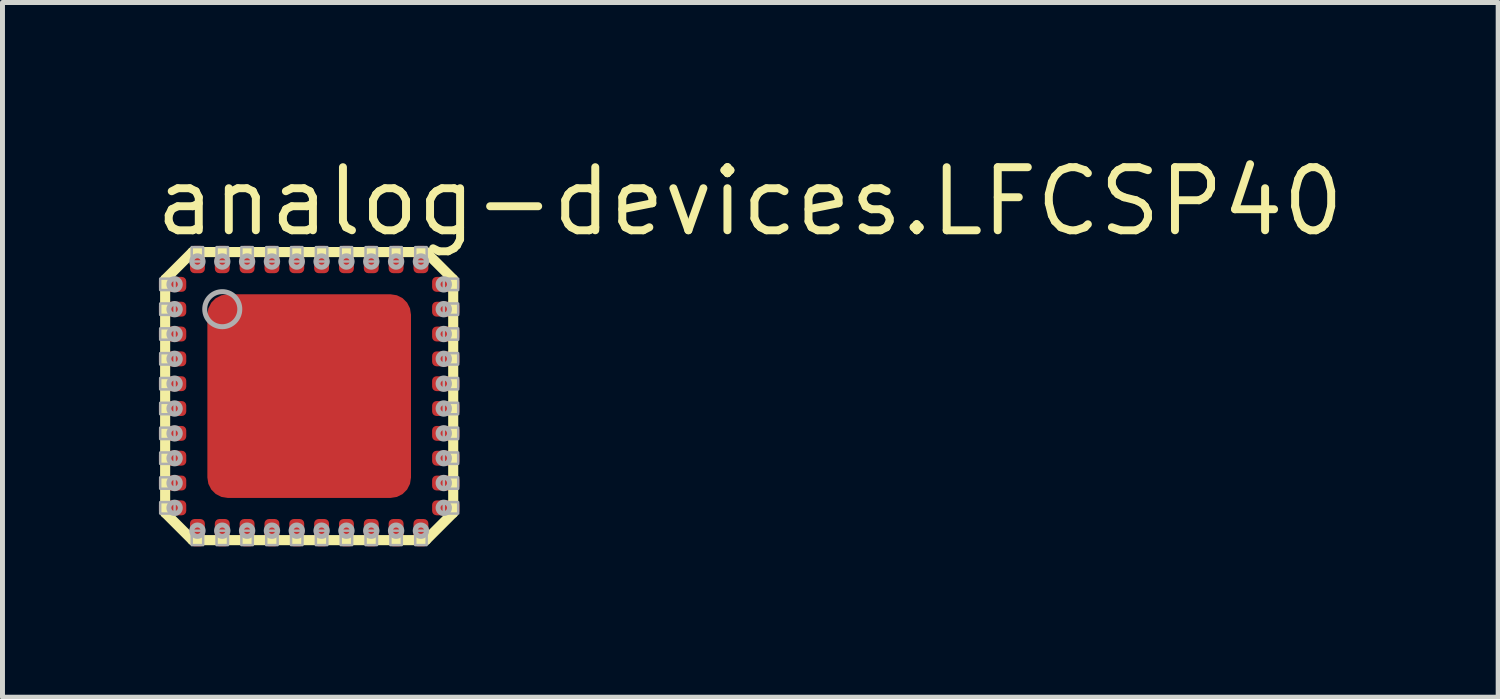
<source format=kicad_pcb>
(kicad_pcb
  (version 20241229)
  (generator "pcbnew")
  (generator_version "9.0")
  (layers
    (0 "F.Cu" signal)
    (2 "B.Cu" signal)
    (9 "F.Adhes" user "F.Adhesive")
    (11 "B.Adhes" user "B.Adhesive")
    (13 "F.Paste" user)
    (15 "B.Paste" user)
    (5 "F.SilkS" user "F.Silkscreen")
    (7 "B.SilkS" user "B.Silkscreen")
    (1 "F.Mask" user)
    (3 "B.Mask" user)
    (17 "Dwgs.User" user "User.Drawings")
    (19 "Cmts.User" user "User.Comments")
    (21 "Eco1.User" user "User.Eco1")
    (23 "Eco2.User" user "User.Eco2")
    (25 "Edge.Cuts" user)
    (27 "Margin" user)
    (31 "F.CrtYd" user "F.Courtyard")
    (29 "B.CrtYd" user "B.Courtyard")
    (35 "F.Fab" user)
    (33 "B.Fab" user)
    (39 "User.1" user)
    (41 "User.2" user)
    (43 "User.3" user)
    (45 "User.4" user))
  (footprint "analog-devices.LFCSP40"
    (layer "F.Cu")
    (at 3.175 4.925)
    (property "Reference" "analog-devices.LFCSP40" (at -3.175 -3.175 0) (layer "F.SilkS") (effects (font (size 1.27 1.27) (thickness 0.16)) (justify left bottom)))
    (attr smd)
    (fp_line (start -3.013 -2.388) (end -2.487 -2.388) (stroke (width 0.102) (type default)) (layer "F.Mask"))
    (fp_line (start -3.013 -2.112) (end -3.013 -2.388) (stroke (width 0.102) (type default)) (layer "F.Mask"))
    (fp_line (start -3.013 -1.887) (end -2.487 -1.887) (stroke (width 0.102) (type default)) (layer "F.Mask"))
    (fp_line (start -3.013 -1.613) (end -3.013 -1.887) (stroke (width 0.102) (type default)) (layer "F.Mask"))
    (fp_line (start -3.013 -1.387) (end -2.487 -1.387) (stroke (width 0.102) (type default)) (layer "F.Mask"))
    (fp_line (start -3.013 -1.113) (end -3.013 -1.387) (stroke (width 0.102) (type default)) (layer "F.Mask"))
    (fp_line (start -3.013 -0.887) (end -2.487 -0.887) (stroke (width 0.102) (type default)) (layer "F.Mask"))
    (fp_line (start -3.013 -0.613) (end -3.013 -0.887) (stroke (width 0.102) (type default)) (layer "F.Mask"))
    (fp_line (start -3.013 -0.388) (end -2.487 -0.388) (stroke (width 0.102) (type default)) (layer "F.Mask"))
    (fp_line (start -3.013 -0.113) (end -3.013 -0.388) (stroke (width 0.102) (type default)) (layer "F.Mask"))
    (fp_line (start -3.013 0.113) (end -2.487 0.113) (stroke (width 0.102) (type default)) (layer "F.Mask"))
    (fp_line (start -3.013 0.388) (end -3.013 0.113) (stroke (width 0.102) (type default)) (layer "F.Mask"))
    (fp_line (start -3.013 0.613) (end -2.487 0.613) (stroke (width 0.102) (type default)) (layer "F.Mask"))
    (fp_line (start -3.013 0.887) (end -3.013 0.613) (stroke (width 0.102) (type default)) (layer "F.Mask"))
    (fp_line (start -3.013 1.113) (end -2.487 1.113) (stroke (width 0.102) (type default)) (layer "F.Mask"))
    (fp_line (start -3.013 1.387) (end -3.013 1.113) (stroke (width 0.102) (type default)) (layer "F.Mask"))
    (fp_line (start -3.013 1.613) (end -2.487 1.613) (stroke (width 0.102) (type default)) (layer "F.Mask"))
    (fp_line (start -3.013 1.887) (end -3.013 1.613) (stroke (width 0.102) (type default)) (layer "F.Mask"))
    (fp_line (start -3.013 2.112) (end -2.487 2.112) (stroke (width 0.102) (type default)) (layer "F.Mask"))
    (fp_line (start -3.013 2.388) (end -3.013 2.112) (stroke (width 0.102) (type default)) (layer "F.Mask"))
    (fp_line (start -2.487 -2.388) (end -2.487 -2.112) (stroke (width 0.102) (type default)) (layer "F.Mask"))
    (fp_line (start -2.487 -2.112) (end -3.013 -2.112) (stroke (width 0.102) (type default)) (layer "F.Mask"))
    (fp_line (start -2.487 -1.887) (end -2.487 -1.613) (stroke (width 0.102) (type default)) (layer "F.Mask"))
    (fp_line (start -2.487 -1.613) (end -3.013 -1.613) (stroke (width 0.102) (type default)) (layer "F.Mask"))
    (fp_line (start -2.487 -1.387) (end -2.487 -1.113) (stroke (width 0.102) (type default)) (layer "F.Mask"))
    (fp_line (start -2.487 -1.113) (end -3.013 -1.113) (stroke (width 0.102) (type default)) (layer "F.Mask"))
    (fp_line (start -2.487 -0.887) (end -2.487 -0.613) (stroke (width 0.102) (type default)) (layer "F.Mask"))
    (fp_line (start -2.487 -0.613) (end -3.013 -0.613) (stroke (width 0.102) (type default)) (layer "F.Mask"))
    (fp_line (start -2.487 -0.388) (end -2.487 -0.113) (stroke (width 0.102) (type default)) (layer "F.Mask"))
    (fp_line (start -2.487 -0.113) (end -3.013 -0.113) (stroke (width 0.102) (type default)) (layer "F.Mask"))
    (fp_line (start -2.487 0.113) (end -2.487 0.388) (stroke (width 0.102) (type default)) (layer "F.Mask"))
    (fp_line (start -2.487 0.388) (end -3.013 0.388) (stroke (width 0.102) (type default)) (layer "F.Mask"))
    (fp_line (start -2.487 0.613) (end -2.487 0.887) (stroke (width 0.102) (type default)) (layer "F.Mask"))
    (fp_line (start -2.487 0.887) (end -3.013 0.887) (stroke (width 0.102) (type default)) (layer "F.Mask"))
    (fp_line (start -2.487 1.113) (end -2.487 1.387) (stroke (width 0.102) (type default)) (layer "F.Mask"))
    (fp_line (start -2.487 1.387) (end -3.013 1.387) (stroke (width 0.102) (type default)) (layer "F.Mask"))
    (fp_line (start -2.487 1.613) (end -2.487 1.887) (stroke (width 0.102) (type default)) (layer "F.Mask"))
    (fp_line (start -2.487 1.887) (end -3.013 1.887) (stroke (width 0.102) (type default)) (layer "F.Mask"))
    (fp_line (start -2.487 2.112) (end -2.487 2.388) (stroke (width 0.102) (type default)) (layer "F.Mask"))
    (fp_line (start -2.487 2.388) (end -3.013 2.388) (stroke (width 0.102) (type default)) (layer "F.Mask"))
    (fp_line (start -2.388 -3.013) (end -2.112 -3.013) (stroke (width 0.102) (type default)) (layer "F.Mask"))
    (fp_line (start -2.388 -2.487) (end -2.388 -3.013) (stroke (width 0.102) (type default)) (layer "F.Mask"))
    (fp_line (start -2.388 2.487) (end -2.112 2.487) (stroke (width 0.102) (type default)) (layer "F.Mask"))
    (fp_line (start -2.388 3.013) (end -2.388 2.487) (stroke (width 0.102) (type default)) (layer "F.Mask"))
    (fp_line (start -2.112 -3.013) (end -2.112 -2.487) (stroke (width 0.102) (type default)) (layer "F.Mask"))
    (fp_line (start -2.112 -2.487) (end -2.388 -2.487) (stroke (width 0.102) (type default)) (layer "F.Mask"))
    (fp_line (start -2.112 2.487) (end -2.112 3.013) (stroke (width 0.102) (type default)) (layer "F.Mask"))
    (fp_line (start -2.112 3.013) (end -2.388 3.013) (stroke (width 0.102) (type default)) (layer "F.Mask"))
    (fp_line (start -1.887 -3.013) (end -1.613 -3.013) (stroke (width 0.102) (type default)) (layer "F.Mask"))
    (fp_line (start -1.887 -2.487) (end -1.887 -3.013) (stroke (width 0.102) (type default)) (layer "F.Mask"))
    (fp_line (start -1.887 2.487) (end -1.613 2.487) (stroke (width 0.102) (type default)) (layer "F.Mask"))
    (fp_line (start -1.887 3.013) (end -1.887 2.487) (stroke (width 0.102) (type default)) (layer "F.Mask"))
    (fp_line (start -1.863 -1.863) (end 1.863 -1.863) (stroke (width 0.406) (type default)) (layer "F.Mask"))
    (fp_line (start -1.863 1.863) (end -1.863 -1.863) (stroke (width 0.406) (type default)) (layer "F.Mask"))
    (fp_line (start -1.613 -3.013) (end -1.613 -2.487) (stroke (width 0.102) (type default)) (layer "F.Mask"))
    (fp_line (start -1.613 -2.487) (end -1.887 -2.487) (stroke (width 0.102) (type default)) (layer "F.Mask"))
    (fp_line (start -1.613 2.487) (end -1.613 3.013) (stroke (width 0.102) (type default)) (layer "F.Mask"))
    (fp_line (start -1.613 3.013) (end -1.887 3.013) (stroke (width 0.102) (type default)) (layer "F.Mask"))
    (fp_line (start -1.387 -3.013) (end -1.113 -3.013) (stroke (width 0.102) (type default)) (layer "F.Mask"))
    (fp_line (start -1.387 -2.487) (end -1.387 -3.013) (stroke (width 0.102) (type default)) (layer "F.Mask"))
    (fp_line (start -1.387 2.487) (end -1.113 2.487) (stroke (width 0.102) (type default)) (layer "F.Mask"))
    (fp_line (start -1.387 3.013) (end -1.387 2.487) (stroke (width 0.102) (type default)) (layer "F.Mask"))
    (fp_line (start -1.113 -3.013) (end -1.113 -2.487) (stroke (width 0.102) (type default)) (layer "F.Mask"))
    (fp_line (start -1.113 -2.487) (end -1.387 -2.487) (stroke (width 0.102) (type default)) (layer "F.Mask"))
    (fp_line (start -1.113 2.487) (end -1.113 3.013) (stroke (width 0.102) (type default)) (layer "F.Mask"))
    (fp_line (start -1.113 3.013) (end -1.387 3.013) (stroke (width 0.102) (type default)) (layer "F.Mask"))
    (fp_line (start -0.887 -3.013) (end -0.613 -3.013) (stroke (width 0.102) (type default)) (layer "F.Mask"))
    (fp_line (start -0.887 -2.487) (end -0.887 -3.013) (stroke (width 0.102) (type default)) (layer "F.Mask"))
    (fp_line (start -0.887 2.487) (end -0.613 2.487) (stroke (width 0.102) (type default)) (layer "F.Mask"))
    (fp_line (start -0.887 3.013) (end -0.887 2.487) (stroke (width 0.102) (type default)) (layer "F.Mask"))
    (fp_line (start -0.613 -3.013) (end -0.613 -2.487) (stroke (width 0.102) (type default)) (layer "F.Mask"))
    (fp_line (start -0.613 -2.487) (end -0.887 -2.487) (stroke (width 0.102) (type default)) (layer "F.Mask"))
    (fp_line (start -0.613 2.487) (end -0.613 3.013) (stroke (width 0.102) (type default)) (layer "F.Mask"))
    (fp_line (start -0.613 3.013) (end -0.887 3.013) (stroke (width 0.102) (type default)) (layer "F.Mask"))
    (fp_line (start -0.388 -3.013) (end -0.113 -3.013) (stroke (width 0.102) (type default)) (layer "F.Mask"))
    (fp_line (start -0.388 -2.487) (end -0.388 -3.013) (stroke (width 0.102) (type default)) (layer "F.Mask"))
    (fp_line (start -0.388 2.487) (end -0.113 2.487) (stroke (width 0.102) (type default)) (layer "F.Mask"))
    (fp_line (start -0.388 3.013) (end -0.388 2.487) (stroke (width 0.102) (type default)) (layer "F.Mask"))
    (fp_line (start -0.113 -3.013) (end -0.113 -2.487) (stroke (width 0.102) (type default)) (layer "F.Mask"))
    (fp_line (start -0.113 -2.487) (end -0.388 -2.487) (stroke (width 0.102) (type default)) (layer "F.Mask"))
    (fp_line (start -0.113 2.487) (end -0.113 3.013) (stroke (width 0.102) (type default)) (layer "F.Mask"))
    (fp_line (start -0.113 3.013) (end -0.388 3.013) (stroke (width 0.102) (type default)) (layer "F.Mask"))
    (fp_line (start 0.113 -3.013) (end 0.388 -3.013) (stroke (width 0.102) (type default)) (layer "F.Mask"))
    (fp_line (start 0.113 -2.487) (end 0.113 -3.013) (stroke (width 0.102) (type default)) (layer "F.Mask"))
    (fp_line (start 0.113 2.487) (end 0.388 2.487) (stroke (width 0.102) (type default)) (layer "F.Mask"))
    (fp_line (start 0.113 3.013) (end 0.113 2.487) (stroke (width 0.102) (type default)) (layer "F.Mask"))
    (fp_line (start 0.388 -3.013) (end 0.388 -2.487) (stroke (width 0.102) (type default)) (layer "F.Mask"))
    (fp_line (start 0.388 -2.487) (end 0.113 -2.487) (stroke (width 0.102) (type default)) (layer "F.Mask"))
    (fp_line (start 0.388 2.487) (end 0.388 3.013) (stroke (width 0.102) (type default)) (layer "F.Mask"))
    (fp_line (start 0.388 3.013) (end 0.113 3.013) (stroke (width 0.102) (type default)) (layer "F.Mask"))
    (fp_line (start 0.613 -3.013) (end 0.887 -3.013) (stroke (width 0.102) (type default)) (layer "F.Mask"))
    (fp_line (start 0.613 -2.487) (end 0.613 -3.013) (stroke (width 0.102) (type default)) (layer "F.Mask"))
    (fp_line (start 0.613 2.487) (end 0.887 2.487) (stroke (width 0.102) (type default)) (layer "F.Mask"))
    (fp_line (start 0.613 3.013) (end 0.613 2.487) (stroke (width 0.102) (type default)) (layer "F.Mask"))
    (fp_line (start 0.887 -3.013) (end 0.887 -2.487) (stroke (width 0.102) (type default)) (layer "F.Mask"))
    (fp_line (start 0.887 -2.487) (end 0.613 -2.487) (stroke (width 0.102) (type default)) (layer "F.Mask"))
    (fp_line (start 0.887 2.487) (end 0.887 3.013) (stroke (width 0.102) (type default)) (layer "F.Mask"))
    (fp_line (start 0.887 3.013) (end 0.613 3.013) (stroke (width 0.102) (type default)) (layer "F.Mask"))
    (fp_line (start 1.113 -3.013) (end 1.387 -3.013) (stroke (width 0.102) (type default)) (layer "F.Mask"))
    (fp_line (start 1.113 -2.487) (end 1.113 -3.013) (stroke (width 0.102) (type default)) (layer "F.Mask"))
    (fp_line (start 1.113 2.487) (end 1.387 2.487) (stroke (width 0.102) (type default)) (layer "F.Mask"))
    (fp_line (start 1.113 3.013) (end 1.113 2.487) (stroke (width 0.102) (type default)) (layer "F.Mask"))
    (fp_line (start 1.387 -3.013) (end 1.387 -2.487) (stroke (width 0.102) (type default)) (layer "F.Mask"))
    (fp_line (start 1.387 -2.487) (end 1.113 -2.487) (stroke (width 0.102) (type default)) (layer "F.Mask"))
    (fp_line (start 1.387 2.487) (end 1.387 3.013) (stroke (width 0.102) (type default)) (layer "F.Mask"))
    (fp_line (start 1.387 3.013) (end 1.113 3.013) (stroke (width 0.102) (type default)) (layer "F.Mask"))
    (fp_line (start 1.613 -3.013) (end 1.887 -3.013) (stroke (width 0.102) (type default)) (layer "F.Mask"))
    (fp_line (start 1.613 -2.487) (end 1.613 -3.013) (stroke (width 0.102) (type default)) (layer "F.Mask"))
    (fp_line (start 1.613 2.487) (end 1.887 2.487) (stroke (width 0.102) (type default)) (layer "F.Mask"))
    (fp_line (start 1.613 3.013) (end 1.613 2.487) (stroke (width 0.102) (type default)) (layer "F.Mask"))
    (fp_line (start 1.863 -1.863) (end 1.863 1.863) (stroke (width 0.406) (type default)) (layer "F.Mask"))
    (fp_line (start 1.863 1.863) (end -1.863 1.863) (stroke (width 0.406) (type default)) (layer "F.Mask"))
    (fp_line (start 1.887 -3.013) (end 1.887 -2.487) (stroke (width 0.102) (type default)) (layer "F.Mask"))
    (fp_line (start 1.887 -2.487) (end 1.613 -2.487) (stroke (width 0.102) (type default)) (layer "F.Mask"))
    (fp_line (start 1.887 2.487) (end 1.887 3.013) (stroke (width 0.102) (type default)) (layer "F.Mask"))
    (fp_line (start 1.887 3.013) (end 1.613 3.013) (stroke (width 0.102) (type default)) (layer "F.Mask"))
    (fp_line (start 2.112 -3.013) (end 2.388 -3.013) (stroke (width 0.102) (type default)) (layer "F.Mask"))
    (fp_line (start 2.112 -2.487) (end 2.112 -3.013) (stroke (width 0.102) (type default)) (layer "F.Mask"))
    (fp_line (start 2.112 2.487) (end 2.388 2.487) (stroke (width 0.102) (type default)) (layer "F.Mask"))
    (fp_line (start 2.112 3.013) (end 2.112 2.487) (stroke (width 0.102) (type default)) (layer "F.Mask"))
    (fp_line (start 2.388 -3.013) (end 2.388 -2.487) (stroke (width 0.102) (type default)) (layer "F.Mask"))
    (fp_line (start 2.388 -2.487) (end 2.112 -2.487) (stroke (width 0.102) (type default)) (layer "F.Mask"))
    (fp_line (start 2.388 2.487) (end 2.388 3.013) (stroke (width 0.102) (type default)) (layer "F.Mask"))
    (fp_line (start 2.388 3.013) (end 2.112 3.013) (stroke (width 0.102) (type default)) (layer "F.Mask"))
    (fp_line (start 2.487 -2.388) (end 3.013 -2.388) (stroke (width 0.102) (type default)) (layer "F.Mask"))
    (fp_line (start 2.487 -2.112) (end 2.487 -2.388) (stroke (width 0.102) (type default)) (layer "F.Mask"))
    (fp_line (start 2.487 -1.887) (end 3.013 -1.887) (stroke (width 0.102) (type default)) (layer "F.Mask"))
    (fp_line (start 2.487 -1.613) (end 2.487 -1.887) (stroke (width 0.102) (type default)) (layer "F.Mask"))
    (fp_line (start 2.487 -1.387) (end 3.013 -1.387) (stroke (width 0.102) (type default)) (layer "F.Mask"))
    (fp_line (start 2.487 -1.113) (end 2.487 -1.387) (stroke (width 0.102) (type default)) (layer "F.Mask"))
    (fp_line (start 2.487 -0.887) (end 3.013 -0.887) (stroke (width 0.102) (type default)) (layer "F.Mask"))
    (fp_line (start 2.487 -0.613) (end 2.487 -0.887) (stroke (width 0.102) (type default)) (layer "F.Mask"))
    (fp_line (start 2.487 -0.388) (end 3.013 -0.388) (stroke (width 0.102) (type default)) (layer "F.Mask"))
    (fp_line (start 2.487 -0.113) (end 2.487 -0.388) (stroke (width 0.102) (type default)) (layer "F.Mask"))
    (fp_line (start 2.487 0.113) (end 3.013 0.113) (stroke (width 0.102) (type default)) (layer "F.Mask"))
    (fp_line (start 2.487 0.388) (end 2.487 0.113) (stroke (width 0.102) (type default)) (layer "F.Mask"))
    (fp_line (start 2.487 0.613) (end 3.013 0.613) (stroke (width 0.102) (type default)) (layer "F.Mask"))
    (fp_line (start 2.487 0.887) (end 2.487 0.613) (stroke (width 0.102) (type default)) (layer "F.Mask"))
    (fp_line (start 2.487 1.113) (end 3.013 1.113) (stroke (width 0.102) (type default)) (layer "F.Mask"))
    (fp_line (start 2.487 1.387) (end 2.487 1.113) (stroke (width 0.102) (type default)) (layer "F.Mask"))
    (fp_line (start 2.487 1.613) (end 3.013 1.613) (stroke (width 0.102) (type default)) (layer "F.Mask"))
    (fp_line (start 2.487 1.887) (end 2.487 1.613) (stroke (width 0.102) (type default)) (layer "F.Mask"))
    (fp_line (start 2.487 2.112) (end 3.013 2.112) (stroke (width 0.102) (type default)) (layer "F.Mask"))
    (fp_line (start 2.487 2.388) (end 2.487 2.112) (stroke (width 0.102) (type default)) (layer "F.Mask"))
    (fp_line (start 3.013 -2.388) (end 3.013 -2.112) (stroke (width 0.102) (type default)) (layer "F.Mask"))
    (fp_line (start 3.013 -2.112) (end 2.487 -2.112) (stroke (width 0.102) (type default)) (layer "F.Mask"))
    (fp_line (start 3.013 -1.887) (end 3.013 -1.613) (stroke (width 0.102) (type default)) (layer "F.Mask"))
    (fp_line (start 3.013 -1.613) (end 2.487 -1.613) (stroke (width 0.102) (type default)) (layer "F.Mask"))
    (fp_line (start 3.013 -1.387) (end 3.013 -1.113) (stroke (width 0.102) (type default)) (layer "F.Mask"))
    (fp_line (start 3.013 -1.113) (end 2.487 -1.113) (stroke (width 0.102) (type default)) (layer "F.Mask"))
    (fp_line (start 3.013 -0.887) (end 3.013 -0.613) (stroke (width 0.102) (type default)) (layer "F.Mask"))
    (fp_line (start 3.013 -0.613) (end 2.487 -0.613) (stroke (width 0.102) (type default)) (layer "F.Mask"))
    (fp_line (start 3.013 -0.388) (end 3.013 -0.113) (stroke (width 0.102) (type default)) (layer "F.Mask"))
    (fp_line (start 3.013 -0.113) (end 2.487 -0.113) (stroke (width 0.102) (type default)) (layer "F.Mask"))
    (fp_line (start 3.013 0.113) (end 3.013 0.388) (stroke (width 0.102) (type default)) (layer "F.Mask"))
    (fp_line (start 3.013 0.388) (end 2.487 0.388) (stroke (width 0.102) (type default)) (layer "F.Mask"))
    (fp_line (start 3.013 0.613) (end 3.013 0.887) (stroke (width 0.102) (type default)) (layer "F.Mask"))
    (fp_line (start 3.013 0.887) (end 2.487 0.887) (stroke (width 0.102) (type default)) (layer "F.Mask"))
    (fp_line (start 3.013 1.113) (end 3.013 1.387) (stroke (width 0.102) (type default)) (layer "F.Mask"))
    (fp_line (start 3.013 1.387) (end 2.487 1.387) (stroke (width 0.102) (type default)) (layer "F.Mask"))
    (fp_line (start 3.013 1.613) (end 3.013 1.887) (stroke (width 0.102) (type default)) (layer "F.Mask"))
    (fp_line (start 3.013 1.887) (end 2.487 1.887) (stroke (width 0.102) (type default)) (layer "F.Mask"))
    (fp_line (start 3.013 2.112) (end 3.013 2.388) (stroke (width 0.102) (type default)) (layer "F.Mask"))
    (fp_line (start 3.013 2.388) (end 2.487 2.388) (stroke (width 0.102) (type default)) (layer "F.Mask"))
    (fp_rect (start -3.025 -2.1) (end -2.475 -2.4) (stroke (width 0.05) (type default)) (fill yes) (layer "F.Mask"))
    (fp_rect (start -3.025 -1.6) (end -2.475 -1.9) (stroke (width 0.05) (type default)) (fill yes) (layer "F.Mask"))
    (fp_rect (start -3.025 -1.1) (end -2.475 -1.4) (stroke (width 0.05) (type default)) (fill yes) (layer "F.Mask"))
    (fp_rect (start -3.025 -0.6) (end -2.475 -0.9) (stroke (width 0.05) (type default)) (fill yes) (layer "F.Mask"))
    (fp_rect (start -3.025 -0.1) (end -2.475 -0.4) (stroke (width 0.05) (type default)) (fill yes) (layer "F.Mask"))
    (fp_rect (start -3.025 0.4) (end -2.475 0.1) (stroke (width 0.05) (type default)) (fill yes) (layer "F.Mask"))
    (fp_rect (start -3.025 0.9) (end -2.475 0.6) (stroke (width 0.05) (type default)) (fill yes) (layer "F.Mask"))
    (fp_rect (start -3.025 1.4) (end -2.475 1.1) (stroke (width 0.05) (type default)) (fill yes) (layer "F.Mask"))
    (fp_rect (start -3.025 1.9) (end -2.475 1.6) (stroke (width 0.05) (type default)) (fill yes) (layer "F.Mask"))
    (fp_rect (start -3.025 2.4) (end -2.475 2.1) (stroke (width 0.05) (type default)) (fill yes) (layer "F.Mask"))
    (fp_rect (start -2.4 -2.475) (end -2.1 -3.025) (stroke (width 0.05) (type default)) (fill yes) (layer "F.Mask"))
    (fp_rect (start -2.4 3.025) (end -2.1 2.475) (stroke (width 0.05) (type default)) (fill yes) (layer "F.Mask"))
    (fp_rect (start -1.9 -2.475) (end -1.6 -3.025) (stroke (width 0.05) (type default)) (fill yes) (layer "F.Mask"))
    (fp_rect (start -1.9 3.025) (end -1.6 2.475) (stroke (width 0.05) (type default)) (fill yes) (layer "F.Mask"))
    (fp_rect (start -1.688 1.688) (end 1.688 -1.688) (stroke (width 0.05) (type default)) (fill yes) (layer "F.Mask"))
    (fp_rect (start -1.4 -2.475) (end -1.1 -3.025) (stroke (width 0.05) (type default)) (fill yes) (layer "F.Mask"))
    (fp_rect (start -1.4 3.025) (end -1.1 2.475) (stroke (width 0.05) (type default)) (fill yes) (layer "F.Mask"))
    (fp_rect (start -0.9 -2.475) (end -0.6 -3.025) (stroke (width 0.05) (type default)) (fill yes) (layer "F.Mask"))
    (fp_rect (start -0.9 3.025) (end -0.6 2.475) (stroke (width 0.05) (type default)) (fill yes) (layer "F.Mask"))
    (fp_rect (start -0.4 -2.475) (end -0.1 -3.025) (stroke (width 0.05) (type default)) (fill yes) (layer "F.Mask"))
    (fp_rect (start -0.4 3.025) (end -0.1 2.475) (stroke (width 0.05) (type default)) (fill yes) (layer "F.Mask"))
    (fp_rect (start 0.1 -2.475) (end 0.4 -3.025) (stroke (width 0.05) (type default)) (fill yes) (layer "F.Mask"))
    (fp_rect (start 0.1 3.025) (end 0.4 2.475) (stroke (width 0.05) (type default)) (fill yes) (layer "F.Mask"))
    (fp_rect (start 0.6 -2.475) (end 0.9 -3.025) (stroke (width 0.05) (type default)) (fill yes) (layer "F.Mask"))
    (fp_rect (start 0.6 3.025) (end 0.9 2.475) (stroke (width 0.05) (type default)) (fill yes) (layer "F.Mask"))
    (fp_rect (start 1.1 -2.475) (end 1.4 -3.025) (stroke (width 0.05) (type default)) (fill yes) (layer "F.Mask"))
    (fp_rect (start 1.1 3.025) (end 1.4 2.475) (stroke (width 0.05) (type default)) (fill yes) (layer "F.Mask"))
    (fp_rect (start 1.6 -2.475) (end 1.9 -3.025) (stroke (width 0.05) (type default)) (fill yes) (layer "F.Mask"))
    (fp_rect (start 1.6 3.025) (end 1.9 2.475) (stroke (width 0.05) (type default)) (fill yes) (layer "F.Mask"))
    (fp_rect (start 2.1 -2.475) (end 2.4 -3.025) (stroke (width 0.05) (type default)) (fill yes) (layer "F.Mask"))
    (fp_rect (start 2.1 3.025) (end 2.4 2.475) (stroke (width 0.05) (type default)) (fill yes) (layer "F.Mask"))
    (fp_rect (start 2.475 -2.1) (end 3.025 -2.4) (stroke (width 0.05) (type default)) (fill yes) (layer "F.Mask"))
    (fp_rect (start 2.475 -1.6) (end 3.025 -1.9) (stroke (width 0.05) (type default)) (fill yes) (layer "F.Mask"))
    (fp_rect (start 2.475 -1.1) (end 3.025 -1.4) (stroke (width 0.05) (type default)) (fill yes) (layer "F.Mask"))
    (fp_rect (start 2.475 -0.6) (end 3.025 -0.9) (stroke (width 0.05) (type default)) (fill yes) (layer "F.Mask"))
    (fp_rect (start 2.475 -0.1) (end 3.025 -0.4) (stroke (width 0.05) (type default)) (fill yes) (layer "F.Mask"))
    (fp_rect (start 2.475 0.4) (end 3.025 0.1) (stroke (width 0.05) (type default)) (fill yes) (layer "F.Mask"))
    (fp_rect (start 2.475 0.9) (end 3.025 0.6) (stroke (width 0.05) (type default)) (fill yes) (layer "F.Mask"))
    (fp_rect (start 2.475 1.4) (end 3.025 1.1) (stroke (width 0.05) (type default)) (fill yes) (layer "F.Mask"))
    (fp_rect (start 2.475 1.9) (end 3.025 1.6) (stroke (width 0.05) (type default)) (fill yes) (layer "F.Mask"))
    (fp_rect (start 2.475 2.4) (end 3.025 2.1) (stroke (width 0.05) (type default)) (fill yes) (layer "F.Mask"))
    (fp_line (start -2.9 -2.35) (end -2.35 -2.9) (stroke (width 0.203) (type default)) (layer "F.SilkS"))
    (fp_line (start -2.9 2.35) (end -2.9 -2.35) (stroke (width 0.203) (type default)) (layer "F.SilkS"))
    (fp_line (start -2.35 -2.9) (end 2.35 -2.9) (stroke (width 0.203) (type default)) (layer "F.SilkS"))
    (fp_line (start -2.35 2.9) (end -2.9 2.35) (stroke (width 0.203) (type default)) (layer "F.SilkS"))
    (fp_line (start 2.35 -2.9) (end 2.9 -2.35) (stroke (width 0.203) (type default)) (layer "F.SilkS"))
    (fp_line (start 2.35 2.9) (end -2.35 2.9) (stroke (width 0.203) (type default)) (layer "F.SilkS"))
    (fp_line (start 2.9 -2.35) (end 2.9 2.35) (stroke (width 0.203) (type default)) (layer "F.SilkS"))
    (fp_line (start 2.9 2.35) (end 2.35 2.9) (stroke (width 0.203) (type default)) (layer "F.SilkS"))
    (fp_line (start -2.975 -2.35) (end -2.525 -2.35) (stroke (width 0.102) (type default)) (layer "F.Paste"))
    (fp_line (start -2.975 -2.15) (end -2.975 -2.35) (stroke (width 0.102) (type default)) (layer "F.Paste"))
    (fp_line (start -2.975 -1.85) (end -2.525 -1.85) (stroke (width 0.102) (type default)) (layer "F.Paste"))
    (fp_line (start -2.975 -1.65) (end -2.975 -1.85) (stroke (width 0.102) (type default)) (layer "F.Paste"))
    (fp_line (start -2.975 -1.35) (end -2.525 -1.35) (stroke (width 0.102) (type default)) (layer "F.Paste"))
    (fp_line (start -2.975 -1.15) (end -2.975 -1.35) (stroke (width 0.102) (type default)) (layer "F.Paste"))
    (fp_line (start -2.975 -0.85) (end -2.525 -0.85) (stroke (width 0.102) (type default)) (layer "F.Paste"))
    (fp_line (start -2.975 -0.65) (end -2.975 -0.85) (stroke (width 0.102) (type default)) (layer "F.Paste"))
    (fp_line (start -2.975 -0.35) (end -2.525 -0.35) (stroke (width 0.102) (type default)) (layer "F.Paste"))
    (fp_line (start -2.975 -0.15) (end -2.975 -0.35) (stroke (width 0.102) (type default)) (layer "F.Paste"))
    (fp_line (start -2.975 0.15) (end -2.525 0.15) (stroke (width 0.102) (type default)) (layer "F.Paste"))
    (fp_line (start -2.975 0.35) (end -2.975 0.15) (stroke (width 0.102) (type default)) (layer "F.Paste"))
    (fp_line (start -2.975 0.65) (end -2.525 0.65) (stroke (width 0.102) (type default)) (layer "F.Paste"))
    (fp_line (start -2.975 0.85) (end -2.975 0.65) (stroke (width 0.102) (type default)) (layer "F.Paste"))
    (fp_line (start -2.975 1.15) (end -2.525 1.15) (stroke (width 0.102) (type default)) (layer "F.Paste"))
    (fp_line (start -2.975 1.35) (end -2.975 1.15) (stroke (width 0.102) (type default)) (layer "F.Paste"))
    (fp_line (start -2.975 1.65) (end -2.525 1.65) (stroke (width 0.102) (type default)) (layer "F.Paste"))
    (fp_line (start -2.975 1.85) (end -2.975 1.65) (stroke (width 0.102) (type default)) (layer "F.Paste"))
    (fp_line (start -2.975 2.15) (end -2.525 2.15) (stroke (width 0.102) (type default)) (layer "F.Paste"))
    (fp_line (start -2.975 2.35) (end -2.975 2.15) (stroke (width 0.102) (type default)) (layer "F.Paste"))
    (fp_line (start -2.525 -2.35) (end -2.525 -2.15) (stroke (width 0.102) (type default)) (layer "F.Paste"))
    (fp_line (start -2.525 -2.15) (end -2.975 -2.15) (stroke (width 0.102) (type default)) (layer "F.Paste"))
    (fp_line (start -2.525 -1.85) (end -2.525 -1.65) (stroke (width 0.102) (type default)) (layer "F.Paste"))
    (fp_line (start -2.525 -1.65) (end -2.975 -1.65) (stroke (width 0.102) (type default)) (layer "F.Paste"))
    (fp_line (start -2.525 -1.35) (end -2.525 -1.15) (stroke (width 0.102) (type default)) (layer "F.Paste"))
    (fp_line (start -2.525 -1.15) (end -2.975 -1.15) (stroke (width 0.102) (type default)) (layer "F.Paste"))
    (fp_line (start -2.525 -0.85) (end -2.525 -0.65) (stroke (width 0.102) (type default)) (layer "F.Paste"))
    (fp_line (start -2.525 -0.65) (end -2.975 -0.65) (stroke (width 0.102) (type default)) (layer "F.Paste"))
    (fp_line (start -2.525 -0.35) (end -2.525 -0.15) (stroke (width 0.102) (type default)) (layer "F.Paste"))
    (fp_line (start -2.525 -0.15) (end -2.975 -0.15) (stroke (width 0.102) (type default)) (layer "F.Paste"))
    (fp_line (start -2.525 0.15) (end -2.525 0.35) (stroke (width 0.102) (type default)) (layer "F.Paste"))
    (fp_line (start -2.525 0.35) (end -2.975 0.35) (stroke (width 0.102) (type default)) (layer "F.Paste"))
    (fp_line (start -2.525 0.65) (end -2.525 0.85) (stroke (width 0.102) (type default)) (layer "F.Paste"))
    (fp_line (start -2.525 0.85) (end -2.975 0.85) (stroke (width 0.102) (type default)) (layer "F.Paste"))
    (fp_line (start -2.525 1.15) (end -2.525 1.35) (stroke (width 0.102) (type default)) (layer "F.Paste"))
    (fp_line (start -2.525 1.35) (end -2.975 1.35) (stroke (width 0.102) (type default)) (layer "F.Paste"))
    (fp_line (start -2.525 1.65) (end -2.525 1.85) (stroke (width 0.102) (type default)) (layer "F.Paste"))
    (fp_line (start -2.525 1.85) (end -2.975 1.85) (stroke (width 0.102) (type default)) (layer "F.Paste"))
    (fp_line (start -2.525 2.15) (end -2.525 2.35) (stroke (width 0.102) (type default)) (layer "F.Paste"))
    (fp_line (start -2.525 2.35) (end -2.975 2.35) (stroke (width 0.102) (type default)) (layer "F.Paste"))
    (fp_line (start -2.35 -2.975) (end -2.15 -2.975) (stroke (width 0.102) (type default)) (layer "F.Paste"))
    (fp_line (start -2.35 -2.525) (end -2.35 -2.975) (stroke (width 0.102) (type default)) (layer "F.Paste"))
    (fp_line (start -2.35 2.525) (end -2.15 2.525) (stroke (width 0.102) (type default)) (layer "F.Paste"))
    (fp_line (start -2.35 2.975) (end -2.35 2.525) (stroke (width 0.102) (type default)) (layer "F.Paste"))
    (fp_line (start -2.15 -2.975) (end -2.15 -2.525) (stroke (width 0.102) (type default)) (layer "F.Paste"))
    (fp_line (start -2.15 -2.525) (end -2.35 -2.525) (stroke (width 0.102) (type default)) (layer "F.Paste"))
    (fp_line (start -2.15 2.525) (end -2.15 2.975) (stroke (width 0.102) (type default)) (layer "F.Paste"))
    (fp_line (start -2.15 2.975) (end -2.35 2.975) (stroke (width 0.102) (type default)) (layer "F.Paste"))
    (fp_line (start -1.85 -2.975) (end -1.65 -2.975) (stroke (width 0.102) (type default)) (layer "F.Paste"))
    (fp_line (start -1.85 -2.525) (end -1.85 -2.975) (stroke (width 0.102) (type default)) (layer "F.Paste"))
    (fp_line (start -1.85 -1.85) (end 1.85 -1.85) (stroke (width 0.406) (type default)) (layer "F.Paste"))
    (fp_line (start -1.85 1.85) (end -1.85 -1.85) (stroke (width 0.406) (type default)) (layer "F.Paste"))
    (fp_line (start -1.85 2.525) (end -1.65 2.525) (stroke (width 0.102) (type default)) (layer "F.Paste"))
    (fp_line (start -1.85 2.975) (end -1.85 2.525) (stroke (width 0.102) (type default)) (layer "F.Paste"))
    (fp_line (start -1.65 -2.975) (end -1.65 -2.525) (stroke (width 0.102) (type default)) (layer "F.Paste"))
    (fp_line (start -1.65 -2.525) (end -1.85 -2.525) (stroke (width 0.102) (type default)) (layer "F.Paste"))
    (fp_line (start -1.65 2.525) (end -1.65 2.975) (stroke (width 0.102) (type default)) (layer "F.Paste"))
    (fp_line (start -1.65 2.975) (end -1.85 2.975) (stroke (width 0.102) (type default)) (layer "F.Paste"))
    (fp_line (start -1.35 -2.975) (end -1.15 -2.975) (stroke (width 0.102) (type default)) (layer "F.Paste"))
    (fp_line (start -1.35 -2.525) (end -1.35 -2.975) (stroke (width 0.102) (type default)) (layer "F.Paste"))
    (fp_line (start -1.35 2.525) (end -1.15 2.525) (stroke (width 0.102) (type default)) (layer "F.Paste"))
    (fp_line (start -1.35 2.975) (end -1.35 2.525) (stroke (width 0.102) (type default)) (layer "F.Paste"))
    (fp_line (start -1.15 -2.975) (end -1.15 -2.525) (stroke (width 0.102) (type default)) (layer "F.Paste"))
    (fp_line (start -1.15 -2.525) (end -1.35 -2.525) (stroke (width 0.102) (type default)) (layer "F.Paste"))
    (fp_line (start -1.15 2.525) (end -1.15 2.975) (stroke (width 0.102) (type default)) (layer "F.Paste"))
    (fp_line (start -1.15 2.975) (end -1.35 2.975) (stroke (width 0.102) (type default)) (layer "F.Paste"))
    (fp_line (start -0.85 -2.975) (end -0.65 -2.975) (stroke (width 0.102) (type default)) (layer "F.Paste"))
    (fp_line (start -0.85 -2.525) (end -0.85 -2.975) (stroke (width 0.102) (type default)) (layer "F.Paste"))
    (fp_line (start -0.85 2.525) (end -0.65 2.525) (stroke (width 0.102) (type default)) (layer "F.Paste"))
    (fp_line (start -0.85 2.975) (end -0.85 2.525) (stroke (width 0.102) (type default)) (layer "F.Paste"))
    (fp_line (start -0.65 -2.975) (end -0.65 -2.525) (stroke (width 0.102) (type default)) (layer "F.Paste"))
    (fp_line (start -0.65 -2.525) (end -0.85 -2.525) (stroke (width 0.102) (type default)) (layer "F.Paste"))
    (fp_line (start -0.65 2.525) (end -0.65 2.975) (stroke (width 0.102) (type default)) (layer "F.Paste"))
    (fp_line (start -0.65 2.975) (end -0.85 2.975) (stroke (width 0.102) (type default)) (layer "F.Paste"))
    (fp_line (start -0.35 -2.975) (end -0.15 -2.975) (stroke (width 0.102) (type default)) (layer "F.Paste"))
    (fp_line (start -0.35 -2.525) (end -0.35 -2.975) (stroke (width 0.102) (type default)) (layer "F.Paste"))
    (fp_line (start -0.35 2.525) (end -0.15 2.525) (stroke (width 0.102) (type default)) (layer "F.Paste"))
    (fp_line (start -0.35 2.975) (end -0.35 2.525) (stroke (width 0.102) (type default)) (layer "F.Paste"))
    (fp_line (start -0.15 -2.975) (end -0.15 -2.525) (stroke (width 0.102) (type default)) (layer "F.Paste"))
    (fp_line (start -0.15 -2.525) (end -0.35 -2.525) (stroke (width 0.102) (type default)) (layer "F.Paste"))
    (fp_line (start -0.15 2.525) (end -0.15 2.975) (stroke (width 0.102) (type default)) (layer "F.Paste"))
    (fp_line (start -0.15 2.975) (end -0.35 2.975) (stroke (width 0.102) (type default)) (layer "F.Paste"))
    (fp_line (start 0.15 -2.975) (end 0.35 -2.975) (stroke (width 0.102) (type default)) (layer "F.Paste"))
    (fp_line (start 0.15 -2.525) (end 0.15 -2.975) (stroke (width 0.102) (type default)) (layer "F.Paste"))
    (fp_line (start 0.15 2.525) (end 0.35 2.525) (stroke (width 0.102) (type default)) (layer "F.Paste"))
    (fp_line (start 0.15 2.975) (end 0.15 2.525) (stroke (width 0.102) (type default)) (layer "F.Paste"))
    (fp_line (start 0.35 -2.975) (end 0.35 -2.525) (stroke (width 0.102) (type default)) (layer "F.Paste"))
    (fp_line (start 0.35 -2.525) (end 0.15 -2.525) (stroke (width 0.102) (type default)) (layer "F.Paste"))
    (fp_line (start 0.35 2.525) (end 0.35 2.975) (stroke (width 0.102) (type default)) (layer "F.Paste"))
    (fp_line (start 0.35 2.975) (end 0.15 2.975) (stroke (width 0.102) (type default)) (layer "F.Paste"))
    (fp_line (start 0.65 -2.975) (end 0.85 -2.975) (stroke (width 0.102) (type default)) (layer "F.Paste"))
    (fp_line (start 0.65 -2.525) (end 0.65 -2.975) (stroke (width 0.102) (type default)) (layer "F.Paste"))
    (fp_line (start 0.65 2.525) (end 0.85 2.525) (stroke (width 0.102) (type default)) (layer "F.Paste"))
    (fp_line (start 0.65 2.975) (end 0.65 2.525) (stroke (width 0.102) (type default)) (layer "F.Paste"))
    (fp_line (start 0.85 -2.975) (end 0.85 -2.525) (stroke (width 0.102) (type default)) (layer "F.Paste"))
    (fp_line (start 0.85 -2.525) (end 0.65 -2.525) (stroke (width 0.102) (type default)) (layer "F.Paste"))
    (fp_line (start 0.85 2.525) (end 0.85 2.975) (stroke (width 0.102) (type default)) (layer "F.Paste"))
    (fp_line (start 0.85 2.975) (end 0.65 2.975) (stroke (width 0.102) (type default)) (layer "F.Paste"))
    (fp_line (start 1.15 -2.975) (end 1.35 -2.975) (stroke (width 0.102) (type default)) (layer "F.Paste"))
    (fp_line (start 1.15 -2.525) (end 1.15 -2.975) (stroke (width 0.102) (type default)) (layer "F.Paste"))
    (fp_line (start 1.15 2.525) (end 1.35 2.525) (stroke (width 0.102) (type default)) (layer "F.Paste"))
    (fp_line (start 1.15 2.975) (end 1.15 2.525) (stroke (width 0.102) (type default)) (layer "F.Paste"))
    (fp_line (start 1.35 -2.975) (end 1.35 -2.525) (stroke (width 0.102) (type default)) (layer "F.Paste"))
    (fp_line (start 1.35 -2.525) (end 1.15 -2.525) (stroke (width 0.102) (type default)) (layer "F.Paste"))
    (fp_line (start 1.35 2.525) (end 1.35 2.975) (stroke (width 0.102) (type default)) (layer "F.Paste"))
    (fp_line (start 1.35 2.975) (end 1.15 2.975) (stroke (width 0.102) (type default)) (layer "F.Paste"))
    (fp_line (start 1.65 -2.975) (end 1.85 -2.975) (stroke (width 0.102) (type default)) (layer "F.Paste"))
    (fp_line (start 1.65 -2.525) (end 1.65 -2.975) (stroke (width 0.102) (type default)) (layer "F.Paste"))
    (fp_line (start 1.65 2.525) (end 1.85 2.525) (stroke (width 0.102) (type default)) (layer "F.Paste"))
    (fp_line (start 1.65 2.975) (end 1.65 2.525) (stroke (width 0.102) (type default)) (layer "F.Paste"))
    (fp_line (start 1.85 -2.975) (end 1.85 -2.525) (stroke (width 0.102) (type default)) (layer "F.Paste"))
    (fp_line (start 1.85 -2.525) (end 1.65 -2.525) (stroke (width 0.102) (type default)) (layer "F.Paste"))
    (fp_line (start 1.85 -1.85) (end 1.85 1.85) (stroke (width 0.406) (type default)) (layer "F.Paste"))
    (fp_line (start 1.85 1.85) (end -1.85 1.85) (stroke (width 0.406) (type default)) (layer "F.Paste"))
    (fp_line (start 1.85 2.525) (end 1.85 2.975) (stroke (width 0.102) (type default)) (layer "F.Paste"))
    (fp_line (start 1.85 2.975) (end 1.65 2.975) (stroke (width 0.102) (type default)) (layer "F.Paste"))
    (fp_line (start 2.15 -2.975) (end 2.35 -2.975) (stroke (width 0.102) (type default)) (layer "F.Paste"))
    (fp_line (start 2.15 -2.525) (end 2.15 -2.975) (stroke (width 0.102) (type default)) (layer "F.Paste"))
    (fp_line (start 2.15 2.525) (end 2.35 2.525) (stroke (width 0.102) (type default)) (layer "F.Paste"))
    (fp_line (start 2.15 2.975) (end 2.15 2.525) (stroke (width 0.102) (type default)) (layer "F.Paste"))
    (fp_line (start 2.35 -2.975) (end 2.35 -2.525) (stroke (width 0.102) (type default)) (layer "F.Paste"))
    (fp_line (start 2.35 -2.525) (end 2.15 -2.525) (stroke (width 0.102) (type default)) (layer "F.Paste"))
    (fp_line (start 2.35 2.525) (end 2.35 2.975) (stroke (width 0.102) (type default)) (layer "F.Paste"))
    (fp_line (start 2.35 2.975) (end 2.15 2.975) (stroke (width 0.102) (type default)) (layer "F.Paste"))
    (fp_line (start 2.525 -2.35) (end 2.975 -2.35) (stroke (width 0.102) (type default)) (layer "F.Paste"))
    (fp_line (start 2.525 -2.15) (end 2.525 -2.35) (stroke (width 0.102) (type default)) (layer "F.Paste"))
    (fp_line (start 2.525 -1.85) (end 2.975 -1.85) (stroke (width 0.102) (type default)) (layer "F.Paste"))
    (fp_line (start 2.525 -1.65) (end 2.525 -1.85) (stroke (width 0.102) (type default)) (layer "F.Paste"))
    (fp_line (start 2.525 -1.35) (end 2.975 -1.35) (stroke (width 0.102) (type default)) (layer "F.Paste"))
    (fp_line (start 2.525 -1.15) (end 2.525 -1.35) (stroke (width 0.102) (type default)) (layer "F.Paste"))
    (fp_line (start 2.525 -0.85) (end 2.975 -0.85) (stroke (width 0.102) (type default)) (layer "F.Paste"))
    (fp_line (start 2.525 -0.65) (end 2.525 -0.85) (stroke (width 0.102) (type default)) (layer "F.Paste"))
    (fp_line (start 2.525 -0.35) (end 2.975 -0.35) (stroke (width 0.102) (type default)) (layer "F.Paste"))
    (fp_line (start 2.525 -0.15) (end 2.525 -0.35) (stroke (width 0.102) (type default)) (layer "F.Paste"))
    (fp_line (start 2.525 0.15) (end 2.975 0.15) (stroke (width 0.102) (type default)) (layer "F.Paste"))
    (fp_line (start 2.525 0.35) (end 2.525 0.15) (stroke (width 0.102) (type default)) (layer "F.Paste"))
    (fp_line (start 2.525 0.65) (end 2.975 0.65) (stroke (width 0.102) (type default)) (layer "F.Paste"))
    (fp_line (start 2.525 0.85) (end 2.525 0.65) (stroke (width 0.102) (type default)) (layer "F.Paste"))
    (fp_line (start 2.525 1.15) (end 2.975 1.15) (stroke (width 0.102) (type default)) (layer "F.Paste"))
    (fp_line (start 2.525 1.35) (end 2.525 1.15) (stroke (width 0.102) (type default)) (layer "F.Paste"))
    (fp_line (start 2.525 1.65) (end 2.975 1.65) (stroke (width 0.102) (type default)) (layer "F.Paste"))
    (fp_line (start 2.525 1.85) (end 2.525 1.65) (stroke (width 0.102) (type default)) (layer "F.Paste"))
    (fp_line (start 2.525 2.15) (end 2.975 2.15) (stroke (width 0.102) (type default)) (layer "F.Paste"))
    (fp_line (start 2.525 2.35) (end 2.525 2.15) (stroke (width 0.102) (type default)) (layer "F.Paste"))
    (fp_line (start 2.975 -2.35) (end 2.975 -2.15) (stroke (width 0.102) (type default)) (layer "F.Paste"))
    (fp_line (start 2.975 -2.15) (end 2.525 -2.15) (stroke (width 0.102) (type default)) (layer "F.Paste"))
    (fp_line (start 2.975 -1.85) (end 2.975 -1.65) (stroke (width 0.102) (type default)) (layer "F.Paste"))
    (fp_line (start 2.975 -1.65) (end 2.525 -1.65) (stroke (width 0.102) (type default)) (layer "F.Paste"))
    (fp_line (start 2.975 -1.35) (end 2.975 -1.15) (stroke (width 0.102) (type default)) (layer "F.Paste"))
    (fp_line (start 2.975 -1.15) (end 2.525 -1.15) (stroke (width 0.102) (type default)) (layer "F.Paste"))
    (fp_line (start 2.975 -0.85) (end 2.975 -0.65) (stroke (width 0.102) (type default)) (layer "F.Paste"))
    (fp_line (start 2.975 -0.65) (end 2.525 -0.65) (stroke (width 0.102) (type default)) (layer "F.Paste"))
    (fp_line (start 2.975 -0.35) (end 2.975 -0.15) (stroke (width 0.102) (type default)) (layer "F.Paste"))
    (fp_line (start 2.975 -0.15) (end 2.525 -0.15) (stroke (width 0.102) (type default)) (layer "F.Paste"))
    (fp_line (start 2.975 0.15) (end 2.975 0.35) (stroke (width 0.102) (type default)) (layer "F.Paste"))
    (fp_line (start 2.975 0.35) (end 2.525 0.35) (stroke (width 0.102) (type default)) (layer "F.Paste"))
    (fp_line (start 2.975 0.65) (end 2.975 0.85) (stroke (width 0.102) (type default)) (layer "F.Paste"))
    (fp_line (start 2.975 0.85) (end 2.525 0.85) (stroke (width 0.102) (type default)) (layer "F.Paste"))
    (fp_line (start 2.975 1.15) (end 2.975 1.35) (stroke (width 0.102) (type default)) (layer "F.Paste"))
    (fp_line (start 2.975 1.35) (end 2.525 1.35) (stroke (width 0.102) (type default)) (layer "F.Paste"))
    (fp_line (start 2.975 1.65) (end 2.975 1.85) (stroke (width 0.102) (type default)) (layer "F.Paste"))
    (fp_line (start 2.975 1.85) (end 2.525 1.85) (stroke (width 0.102) (type default)) (layer "F.Paste"))
    (fp_line (start 2.975 2.15) (end 2.975 2.35) (stroke (width 0.102) (type default)) (layer "F.Paste"))
    (fp_line (start 2.975 2.35) (end 2.525 2.35) (stroke (width 0.102) (type default)) (layer "F.Paste"))
    (fp_rect (start -3 -2.125) (end -2.5 -2.375) (stroke (width 0.05) (type default)) (fill yes) (layer "F.Paste"))
    (fp_rect (start -3 -1.625) (end -2.5 -1.875) (stroke (width 0.05) (type default)) (fill yes) (layer "F.Paste"))
    (fp_rect (start -3 -1.125) (end -2.5 -1.375) (stroke (width 0.05) (type default)) (fill yes) (layer "F.Paste"))
    (fp_rect (start -3 -0.625) (end -2.5 -0.875) (stroke (width 0.05) (type default)) (fill yes) (layer "F.Paste"))
    (fp_rect (start -3 -0.125) (end -2.5 -0.375) (stroke (width 0.05) (type default)) (fill yes) (layer "F.Paste"))
    (fp_rect (start -3 0.375) (end -2.5 0.125) (stroke (width 0.05) (type default)) (fill yes) (layer "F.Paste"))
    (fp_rect (start -3 0.875) (end -2.5 0.625) (stroke (width 0.05) (type default)) (fill yes) (layer "F.Paste"))
    (fp_rect (start -3 1.375) (end -2.5 1.125) (stroke (width 0.05) (type default)) (fill yes) (layer "F.Paste"))
    (fp_rect (start -3 1.875) (end -2.5 1.625) (stroke (width 0.05) (type default)) (fill yes) (layer "F.Paste"))
    (fp_rect (start -3 2.375) (end -2.5 2.125) (stroke (width 0.05) (type default)) (fill yes) (layer "F.Paste"))
    (fp_rect (start -2.375 -2.5) (end -2.125 -3) (stroke (width 0.05) (type default)) (fill yes) (layer "F.Paste"))
    (fp_rect (start -2.375 3) (end -2.125 2.5) (stroke (width 0.05) (type default)) (fill yes) (layer "F.Paste"))
    (fp_rect (start -1.875 -2.5) (end -1.625 -3) (stroke (width 0.05) (type default)) (fill yes) (layer "F.Paste"))
    (fp_rect (start -1.875 3) (end -1.625 2.5) (stroke (width 0.05) (type default)) (fill yes) (layer "F.Paste"))
    (fp_rect (start -1.85 1.85) (end 1.85 -1.85) (stroke (width 0.05) (type default)) (fill yes) (layer "F.Paste"))
    (fp_rect (start -1.375 -2.5) (end -1.125 -3) (stroke (width 0.05) (type default)) (fill yes) (layer "F.Paste"))
    (fp_rect (start -1.375 3) (end -1.125 2.5) (stroke (width 0.05) (type default)) (fill yes) (layer "F.Paste"))
    (fp_rect (start -0.875 -2.5) (end -0.625 -3) (stroke (width 0.05) (type default)) (fill yes) (layer "F.Paste"))
    (fp_rect (start -0.875 3) (end -0.625 2.5) (stroke (width 0.05) (type default)) (fill yes) (layer "F.Paste"))
    (fp_rect (start -0.375 -2.5) (end -0.125 -3) (stroke (width 0.05) (type default)) (fill yes) (layer "F.Paste"))
    (fp_rect (start -0.375 3) (end -0.125 2.5) (stroke (width 0.05) (type default)) (fill yes) (layer "F.Paste"))
    (fp_rect (start 0.125 -2.5) (end 0.375 -3) (stroke (width 0.05) (type default)) (fill yes) (layer "F.Paste"))
    (fp_rect (start 0.125 3) (end 0.375 2.5) (stroke (width 0.05) (type default)) (fill yes) (layer "F.Paste"))
    (fp_rect (start 0.625 -2.5) (end 0.875 -3) (stroke (width 0.05) (type default)) (fill yes) (layer "F.Paste"))
    (fp_rect (start 0.625 3) (end 0.875 2.5) (stroke (width 0.05) (type default)) (fill yes) (layer "F.Paste"))
    (fp_rect (start 1.125 -2.5) (end 1.375 -3) (stroke (width 0.05) (type default)) (fill yes) (layer "F.Paste"))
    (fp_rect (start 1.125 3) (end 1.375 2.5) (stroke (width 0.05) (type default)) (fill yes) (layer "F.Paste"))
    (fp_rect (start 1.625 -2.5) (end 1.875 -3) (stroke (width 0.05) (type default)) (fill yes) (layer "F.Paste"))
    (fp_rect (start 1.625 3) (end 1.875 2.5) (stroke (width 0.05) (type default)) (fill yes) (layer "F.Paste"))
    (fp_rect (start 2.125 -2.5) (end 2.375 -3) (stroke (width 0.05) (type default)) (fill yes) (layer "F.Paste"))
    (fp_rect (start 2.125 3) (end 2.375 2.5) (stroke (width 0.05) (type default)) (fill yes) (layer "F.Paste"))
    (fp_rect (start 2.5 -2.125) (end 3 -2.375) (stroke (width 0.05) (type default)) (fill yes) (layer "F.Paste"))
    (fp_rect (start 2.5 -1.625) (end 3 -1.875) (stroke (width 0.05) (type default)) (fill yes) (layer "F.Paste"))
    (fp_rect (start 2.5 -1.125) (end 3 -1.375) (stroke (width 0.05) (type default)) (fill yes) (layer "F.Paste"))
    (fp_rect (start 2.5 -0.625) (end 3 -0.875) (stroke (width 0.05) (type default)) (fill yes) (layer "F.Paste"))
    (fp_rect (start 2.5 -0.125) (end 3 -0.375) (stroke (width 0.05) (type default)) (fill yes) (layer "F.Paste"))
    (fp_rect (start 2.5 0.375) (end 3 0.125) (stroke (width 0.05) (type default)) (fill yes) (layer "F.Paste"))
    (fp_rect (start 2.5 0.875) (end 3 0.625) (stroke (width 0.05) (type default)) (fill yes) (layer "F.Paste"))
    (fp_rect (start 2.5 1.375) (end 3 1.125) (stroke (width 0.05) (type default)) (fill yes) (layer "F.Paste"))
    (fp_rect (start 2.5 1.875) (end 3 1.625) (stroke (width 0.05) (type default)) (fill yes) (layer "F.Paste"))
    (fp_rect (start 2.5 2.375) (end 3 2.125) (stroke (width 0.05) (type default)) (fill yes) (layer "F.Paste"))
    (fp_rect (start -3 -2.135) (end -2.71 -2.365) (stroke (width 0.05) (type default)) (fill no) (layer "F.Fab"))
    (fp_rect (start -3 -1.635) (end -2.71 -1.865) (stroke (width 0.05) (type default)) (fill no) (layer "F.Fab"))
    (fp_rect (start -3 -1.135) (end -2.71 -1.365) (stroke (width 0.05) (type default)) (fill no) (layer "F.Fab"))
    (fp_rect (start -3 -0.635) (end -2.71 -0.865) (stroke (width 0.05) (type default)) (fill no) (layer "F.Fab"))
    (fp_rect (start -3 -0.135) (end -2.71 -0.365) (stroke (width 0.05) (type default)) (fill no) (layer "F.Fab"))
    (fp_rect (start -3 0.365) (end -2.71 0.135) (stroke (width 0.05) (type default)) (fill no) (layer "F.Fab"))
    (fp_rect (start -3 0.865) (end -2.71 0.635) (stroke (width 0.05) (type default)) (fill no) (layer "F.Fab"))
    (fp_rect (start -3 1.365) (end -2.71 1.135) (stroke (width 0.05) (type default)) (fill no) (layer "F.Fab"))
    (fp_rect (start -3 1.865) (end -2.71 1.635) (stroke (width 0.05) (type default)) (fill no) (layer "F.Fab"))
    (fp_rect (start -3 2.365) (end -2.71 2.135) (stroke (width 0.05) (type default)) (fill no) (layer "F.Fab"))
    (fp_rect (start -2.365 -2.71) (end -2.135 -3) (stroke (width 0.05) (type default)) (fill no) (layer "F.Fab"))
    (fp_rect (start -2.365 3) (end -2.135 2.71) (stroke (width 0.05) (type default)) (fill no) (layer "F.Fab"))
    (fp_rect (start -1.865 -2.71) (end -1.635 -3) (stroke (width 0.05) (type default)) (fill no) (layer "F.Fab"))
    (fp_rect (start -1.865 3) (end -1.635 2.71) (stroke (width 0.05) (type default)) (fill no) (layer "F.Fab"))
    (fp_rect (start -1.365 -2.71) (end -1.135 -3) (stroke (width 0.05) (type default)) (fill no) (layer "F.Fab"))
    (fp_rect (start -1.365 3) (end -1.135 2.71) (stroke (width 0.05) (type default)) (fill no) (layer "F.Fab"))
    (fp_rect (start -0.865 -2.71) (end -0.635 -3) (stroke (width 0.05) (type default)) (fill no) (layer "F.Fab"))
    (fp_rect (start -0.865 3) (end -0.635 2.71) (stroke (width 0.05) (type default)) (fill no) (layer "F.Fab"))
    (fp_rect (start -0.365 -2.71) (end -0.135 -3) (stroke (width 0.05) (type default)) (fill no) (layer "F.Fab"))
    (fp_rect (start -0.365 3) (end -0.135 2.71) (stroke (width 0.05) (type default)) (fill no) (layer "F.Fab"))
    (fp_rect (start 0.135 -2.71) (end 0.365 -3) (stroke (width 0.05) (type default)) (fill no) (layer "F.Fab"))
    (fp_rect (start 0.135 3) (end 0.365 2.71) (stroke (width 0.05) (type default)) (fill no) (layer "F.Fab"))
    (fp_rect (start 0.635 -2.71) (end 0.865 -3) (stroke (width 0.05) (type default)) (fill no) (layer "F.Fab"))
    (fp_rect (start 0.635 3) (end 0.865 2.71) (stroke (width 0.05) (type default)) (fill no) (layer "F.Fab"))
    (fp_rect (start 1.135 -2.71) (end 1.365 -3) (stroke (width 0.05) (type default)) (fill no) (layer "F.Fab"))
    (fp_rect (start 1.135 3) (end 1.365 2.71) (stroke (width 0.05) (type default)) (fill no) (layer "F.Fab"))
    (fp_rect (start 1.635 -2.71) (end 1.865 -3) (stroke (width 0.05) (type default)) (fill no) (layer "F.Fab"))
    (fp_rect (start 1.635 3) (end 1.865 2.71) (stroke (width 0.05) (type default)) (fill no) (layer "F.Fab"))
    (fp_rect (start 2.135 -2.71) (end 2.365 -3) (stroke (width 0.05) (type default)) (fill no) (layer "F.Fab"))
    (fp_rect (start 2.135 3) (end 2.365 2.71) (stroke (width 0.05) (type default)) (fill no) (layer "F.Fab"))
    (fp_rect (start 2.71 -2.135) (end 3 -2.365) (stroke (width 0.05) (type default)) (fill no) (layer "F.Fab"))
    (fp_rect (start 2.71 -1.635) (end 3 -1.865) (stroke (width 0.05) (type default)) (fill no) (layer "F.Fab"))
    (fp_rect (start 2.71 -1.135) (end 3 -1.365) (stroke (width 0.05) (type default)) (fill no) (layer "F.Fab"))
    (fp_rect (start 2.71 -0.635) (end 3 -0.865) (stroke (width 0.05) (type default)) (fill no) (layer "F.Fab"))
    (fp_rect (start 2.71 -0.135) (end 3 -0.365) (stroke (width 0.05) (type default)) (fill no) (layer "F.Fab"))
    (fp_rect (start 2.71 0.365) (end 3 0.135) (stroke (width 0.05) (type default)) (fill no) (layer "F.Fab"))
    (fp_rect (start 2.71 0.865) (end 3 0.635) (stroke (width 0.05) (type default)) (fill no) (layer "F.Fab"))
    (fp_rect (start 2.71 1.365) (end 3 1.135) (stroke (width 0.05) (type default)) (fill no) (layer "F.Fab"))
    (fp_rect (start 2.71 1.865) (end 3 1.635) (stroke (width 0.05) (type default)) (fill no) (layer "F.Fab"))
    (fp_rect (start 2.71 2.365) (end 3 2.135) (stroke (width 0.05) (type default)) (fill no) (layer "F.Fab"))
    (fp_circle (center -2.71 -2.25) (end -2.595 -2.25) (stroke (width 0.1) (type default)) (fill no) (layer "F.Fab"))
    (fp_circle (center -2.71 -1.75) (end -2.595 -1.75) (stroke (width 0.1) (type default)) (fill no) (layer "F.Fab"))
    (fp_circle (center -2.71 -1.25) (end -2.595 -1.25) (stroke (width 0.1) (type default)) (fill no) (layer "F.Fab"))
    (fp_circle (center -2.71 -0.75) (end -2.595 -0.75) (stroke (width 0.1) (type default)) (fill no) (layer "F.Fab"))
    (fp_circle (center -2.71 -0.25) (end -2.595 -0.25) (stroke (width 0.1) (type default)) (fill no) (layer "F.Fab"))
    (fp_circle (center -2.71 0.25) (end -2.595 0.25) (stroke (width 0.1) (type default)) (fill no) (layer "F.Fab"))
    (fp_circle (center -2.71 0.75) (end -2.595 0.75) (stroke (width 0.1) (type default)) (fill no) (layer "F.Fab"))
    (fp_circle (center -2.71 1.25) (end -2.595 1.25) (stroke (width 0.1) (type default)) (fill no) (layer "F.Fab"))
    (fp_circle (center -2.71 1.75) (end -2.595 1.75) (stroke (width 0.1) (type default)) (fill no) (layer "F.Fab"))
    (fp_circle (center -2.71 2.25) (end -2.595 2.25) (stroke (width 0.1) (type default)) (fill no) (layer "F.Fab"))
    (fp_circle (center -2.25 -2.71) (end -2.135 -2.71) (stroke (width 0.1) (type default)) (fill no) (layer "F.Fab"))
    (fp_circle (center -2.25 2.71) (end -2.135 2.71) (stroke (width 0.1) (type default)) (fill no) (layer "F.Fab"))
    (fp_circle (center -1.75 -2.71) (end -1.635 -2.71) (stroke (width 0.1) (type default)) (fill no) (layer "F.Fab"))
    (fp_circle (center -1.75 -1.75) (end -1.397 -1.75) (stroke (width 0.1) (type default)) (fill no) (layer "F.Fab"))
    (fp_circle (center -1.75 2.71) (end -1.635 2.71) (stroke (width 0.1) (type default)) (fill no) (layer "F.Fab"))
    (fp_circle (center -1.25 -2.71) (end -1.135 -2.71) (stroke (width 0.1) (type default)) (fill no) (layer "F.Fab"))
    (fp_circle (center -1.25 2.71) (end -1.135 2.71) (stroke (width 0.1) (type default)) (fill no) (layer "F.Fab"))
    (fp_circle (center -0.75 -2.71) (end -0.635 -2.71) (stroke (width 0.1) (type default)) (fill no) (layer "F.Fab"))
    (fp_circle (center -0.75 2.71) (end -0.635 2.71) (stroke (width 0.1) (type default)) (fill no) (layer "F.Fab"))
    (fp_circle (center -0.25 -2.71) (end -0.135 -2.71) (stroke (width 0.1) (type default)) (fill no) (layer "F.Fab"))
    (fp_circle (center -0.25 2.71) (end -0.135 2.71) (stroke (width 0.1) (type default)) (fill no) (layer "F.Fab"))
    (fp_circle (center 0.25 -2.71) (end 0.365 -2.71) (stroke (width 0.1) (type default)) (fill no) (layer "F.Fab"))
    (fp_circle (center 0.25 2.71) (end 0.365 2.71) (stroke (width 0.1) (type default)) (fill no) (layer "F.Fab"))
    (fp_circle (center 0.75 -2.71) (end 0.865 -2.71) (stroke (width 0.1) (type default)) (fill no) (layer "F.Fab"))
    (fp_circle (center 0.75 2.71) (end 0.865 2.71) (stroke (width 0.1) (type default)) (fill no) (layer "F.Fab"))
    (fp_circle (center 1.25 -2.71) (end 1.365 -2.71) (stroke (width 0.1) (type default)) (fill no) (layer "F.Fab"))
    (fp_circle (center 1.25 2.71) (end 1.365 2.71) (stroke (width 0.1) (type default)) (fill no) (layer "F.Fab"))
    (fp_circle (center 1.75 -2.71) (end 1.865 -2.71) (stroke (width 0.1) (type default)) (fill no) (layer "F.Fab"))
    (fp_circle (center 1.75 2.71) (end 1.865 2.71) (stroke (width 0.1) (type default)) (fill no) (layer "F.Fab"))
    (fp_circle (center 2.25 -2.71) (end 2.365 -2.71) (stroke (width 0.1) (type default)) (fill no) (layer "F.Fab"))
    (fp_circle (center 2.25 2.71) (end 2.365 2.71) (stroke (width 0.1) (type default)) (fill no) (layer "F.Fab"))
    (fp_circle (center 2.71 -2.25) (end 2.825 -2.25) (stroke (width 0.1) (type default)) (fill no) (layer "F.Fab"))
    (fp_circle (center 2.71 -1.75) (end 2.825 -1.75) (stroke (width 0.1) (type default)) (fill no) (layer "F.Fab"))
    (fp_circle (center 2.71 -1.25) (end 2.825 -1.25) (stroke (width 0.1) (type default)) (fill no) (layer "F.Fab"))
    (fp_circle (center 2.71 -0.75) (end 2.825 -0.75) (stroke (width 0.1) (type default)) (fill no) (layer "F.Fab"))
    (fp_circle (center 2.71 -0.25) (end 2.825 -0.25) (stroke (width 0.1) (type default)) (fill no) (layer "F.Fab"))
    (fp_circle (center 2.71 0.25) (end 2.825 0.25) (stroke (width 0.1) (type default)) (fill no) (layer "F.Fab"))
    (fp_circle (center 2.71 0.75) (end 2.825 0.75) (stroke (width 0.1) (type default)) (fill no) (layer "F.Fab"))
    (fp_circle (center 2.71 1.25) (end 2.825 1.25) (stroke (width 0.1) (type default)) (fill no) (layer "F.Fab"))
    (fp_circle (center 2.71 1.75) (end 2.825 1.75) (stroke (width 0.1) (type default)) (fill no) (layer "F.Fab"))
    (fp_circle (center 2.71 2.25) (end 2.825 2.25) (stroke (width 0.1) (type default)) (fill no) (layer "F.Fab"))
    (pad "1" smd roundrect (at -2.75 -2.25) (size 0.55 0.3) (layers "F.Cu" "F.Mask" "F.Paste") (roundrect_rratio 0.3))
    (pad "2" smd roundrect (at -2.75 -1.75) (size 0.55 0.3) (layers "F.Cu" "F.Mask" "F.Paste") (roundrect_rratio 0.3))
    (pad "3" smd roundrect (at -2.75 -1.25) (size 0.55 0.3) (layers "F.Cu" "F.Mask" "F.Paste") (roundrect_rratio 0.3))
    (pad "4" smd roundrect (at -2.75 -0.75) (size 0.55 0.3) (layers "F.Cu" "F.Mask" "F.Paste") (roundrect_rratio 0.3))
    (pad "5" smd roundrect (at -2.75 -0.25) (size 0.55 0.3) (layers "F.Cu" "F.Mask" "F.Paste") (roundrect_rratio 0.3))
    (pad "6" smd roundrect (at -2.75 0.25) (size 0.55 0.3) (layers "F.Cu" "F.Mask" "F.Paste") (roundrect_rratio 0.3))
    (pad "7" smd roundrect (at -2.75 0.75) (size 0.55 0.3) (layers "F.Cu" "F.Mask" "F.Paste") (roundrect_rratio 0.3))
    (pad "8" smd roundrect (at -2.75 1.25) (size 0.55 0.3) (layers "F.Cu" "F.Mask" "F.Paste") (roundrect_rratio 0.3))
    (pad "9" smd roundrect (at -2.75 1.75) (size 0.55 0.3) (layers "F.Cu" "F.Mask" "F.Paste") (roundrect_rratio 0.3))
    (pad "10" smd roundrect (at -2.75 2.25) (size 0.55 0.3) (layers "F.Cu" "F.Mask" "F.Paste") (roundrect_rratio 0.3))
    (pad "11" smd roundrect (at -2.25 2.75 90) (size 0.55 0.3) (layers "F.Cu" "F.Mask" "F.Paste") (roundrect_rratio 0.3))
    (pad "12" smd roundrect (at -1.75 2.75 90) (size 0.55 0.3) (layers "F.Cu" "F.Mask" "F.Paste") (roundrect_rratio 0.3))
    (pad "13" smd roundrect (at -1.25 2.75 90) (size 0.55 0.3) (layers "F.Cu" "F.Mask" "F.Paste") (roundrect_rratio 0.3))
    (pad "14" smd roundrect (at -0.75 2.75 90) (size 0.55 0.3) (layers "F.Cu" "F.Mask" "F.Paste") (roundrect_rratio 0.3))
    (pad "15" smd roundrect (at -0.25 2.75 90) (size 0.55 0.3) (layers "F.Cu" "F.Mask" "F.Paste") (roundrect_rratio 0.3))
    (pad "16" smd roundrect (at 0.25 2.75 90) (size 0.55 0.3) (layers "F.Cu" "F.Mask" "F.Paste") (roundrect_rratio 0.3))
    (pad "17" smd roundrect (at 0.75 2.75 90) (size 0.55 0.3) (layers "F.Cu" "F.Mask" "F.Paste") (roundrect_rratio 0.3))
    (pad "18" smd roundrect (at 1.25 2.75 90) (size 0.55 0.3) (layers "F.Cu" "F.Mask" "F.Paste") (roundrect_rratio 0.3))
    (pad "19" smd roundrect (at 1.75 2.75 90) (size 0.55 0.3) (layers "F.Cu" "F.Mask" "F.Paste") (roundrect_rratio 0.3))
    (pad "20" smd roundrect (at 2.25 2.75 90) (size 0.55 0.3) (layers "F.Cu" "F.Mask" "F.Paste") (roundrect_rratio 0.3))
    (pad "21" smd roundrect (at 2.75 2.25 180) (size 0.55 0.3) (layers "F.Cu" "F.Mask" "F.Paste") (roundrect_rratio 0.3))
    (pad "22" smd roundrect (at 2.75 1.75 180) (size 0.55 0.3) (layers "F.Cu" "F.Mask" "F.Paste") (roundrect_rratio 0.3))
    (pad "23" smd roundrect (at 2.75 1.25 180) (size 0.55 0.3) (layers "F.Cu" "F.Mask" "F.Paste") (roundrect_rratio 0.3))
    (pad "24" smd roundrect (at 2.75 0.75 180) (size 0.55 0.3) (layers "F.Cu" "F.Mask" "F.Paste") (roundrect_rratio 0.3))
    (pad "25" smd roundrect (at 2.75 0.25 180) (size 0.55 0.3) (layers "F.Cu" "F.Mask" "F.Paste") (roundrect_rratio 0.3))
    (pad "26" smd roundrect (at 2.75 -0.25 180) (size 0.55 0.3) (layers "F.Cu" "F.Mask" "F.Paste") (roundrect_rratio 0.3))
    (pad "27" smd roundrect (at 2.75 -0.75 180) (size 0.55 0.3) (layers "F.Cu" "F.Mask" "F.Paste") (roundrect_rratio 0.3))
    (pad "28" smd roundrect (at 2.75 -1.25 180) (size 0.55 0.3) (layers "F.Cu" "F.Mask" "F.Paste") (roundrect_rratio 0.3))
    (pad "29" smd roundrect (at 2.75 -1.75 180) (size 0.55 0.3) (layers "F.Cu" "F.Mask" "F.Paste") (roundrect_rratio 0.3))
    (pad "30" smd roundrect (at 2.75 -2.25 180) (size 0.55 0.3) (layers "F.Cu" "F.Mask" "F.Paste") (roundrect_rratio 0.3))
    (pad "31" smd roundrect (at 2.25 -2.75 270) (size 0.55 0.3) (layers "F.Cu" "F.Mask" "F.Paste") (roundrect_rratio 0.3))
    (pad "32" smd roundrect (at 1.75 -2.75 270) (size 0.55 0.3) (layers "F.Cu" "F.Mask" "F.Paste") (roundrect_rratio 0.3))
    (pad "33" smd roundrect (at 1.25 -2.75 270) (size 0.55 0.3) (layers "F.Cu" "F.Mask" "F.Paste") (roundrect_rratio 0.3))
    (pad "34" smd roundrect (at 0.75 -2.75 270) (size 0.55 0.3) (layers "F.Cu" "F.Mask" "F.Paste") (roundrect_rratio 0.3))
    (pad "35" smd roundrect (at 0.25 -2.75 270) (size 0.55 0.3) (layers "F.Cu" "F.Mask" "F.Paste") (roundrect_rratio 0.3))
    (pad "36" smd roundrect (at -0.25 -2.75 270) (size 0.55 0.3) (layers "F.Cu" "F.Mask" "F.Paste") (roundrect_rratio 0.3))
    (pad "37" smd roundrect (at -0.75 -2.75 270) (size 0.55 0.3) (layers "F.Cu" "F.Mask" "F.Paste") (roundrect_rratio 0.3))
    (pad "38" smd roundrect (at -1.25 -2.75 270) (size 0.55 0.3) (layers "F.Cu" "F.Mask" "F.Paste") (roundrect_rratio 0.3))
    (pad "39" smd roundrect (at -1.75 -2.75 270) (size 0.55 0.3) (layers "F.Cu" "F.Mask" "F.Paste") (roundrect_rratio 0.3))
    (pad "40" smd roundrect (at -2.25 -2.75 270) (size 0.55 0.3) (layers "F.Cu" "F.Mask" "F.Paste") (roundrect_rratio 0.3))
    (pad "EXP" smd roundrect (at 0 0) (size 4.1 4.1) (layers "F.Cu" "F.Mask" "F.Paste") (roundrect_rratio 0.1)))
  (gr_rect
    (start -3 -3)
    (end 27.114 10.988)
    (stroke (width 0.1) (type default))
    (fill no)
    (layer "Edge.Cuts")))
</source>
